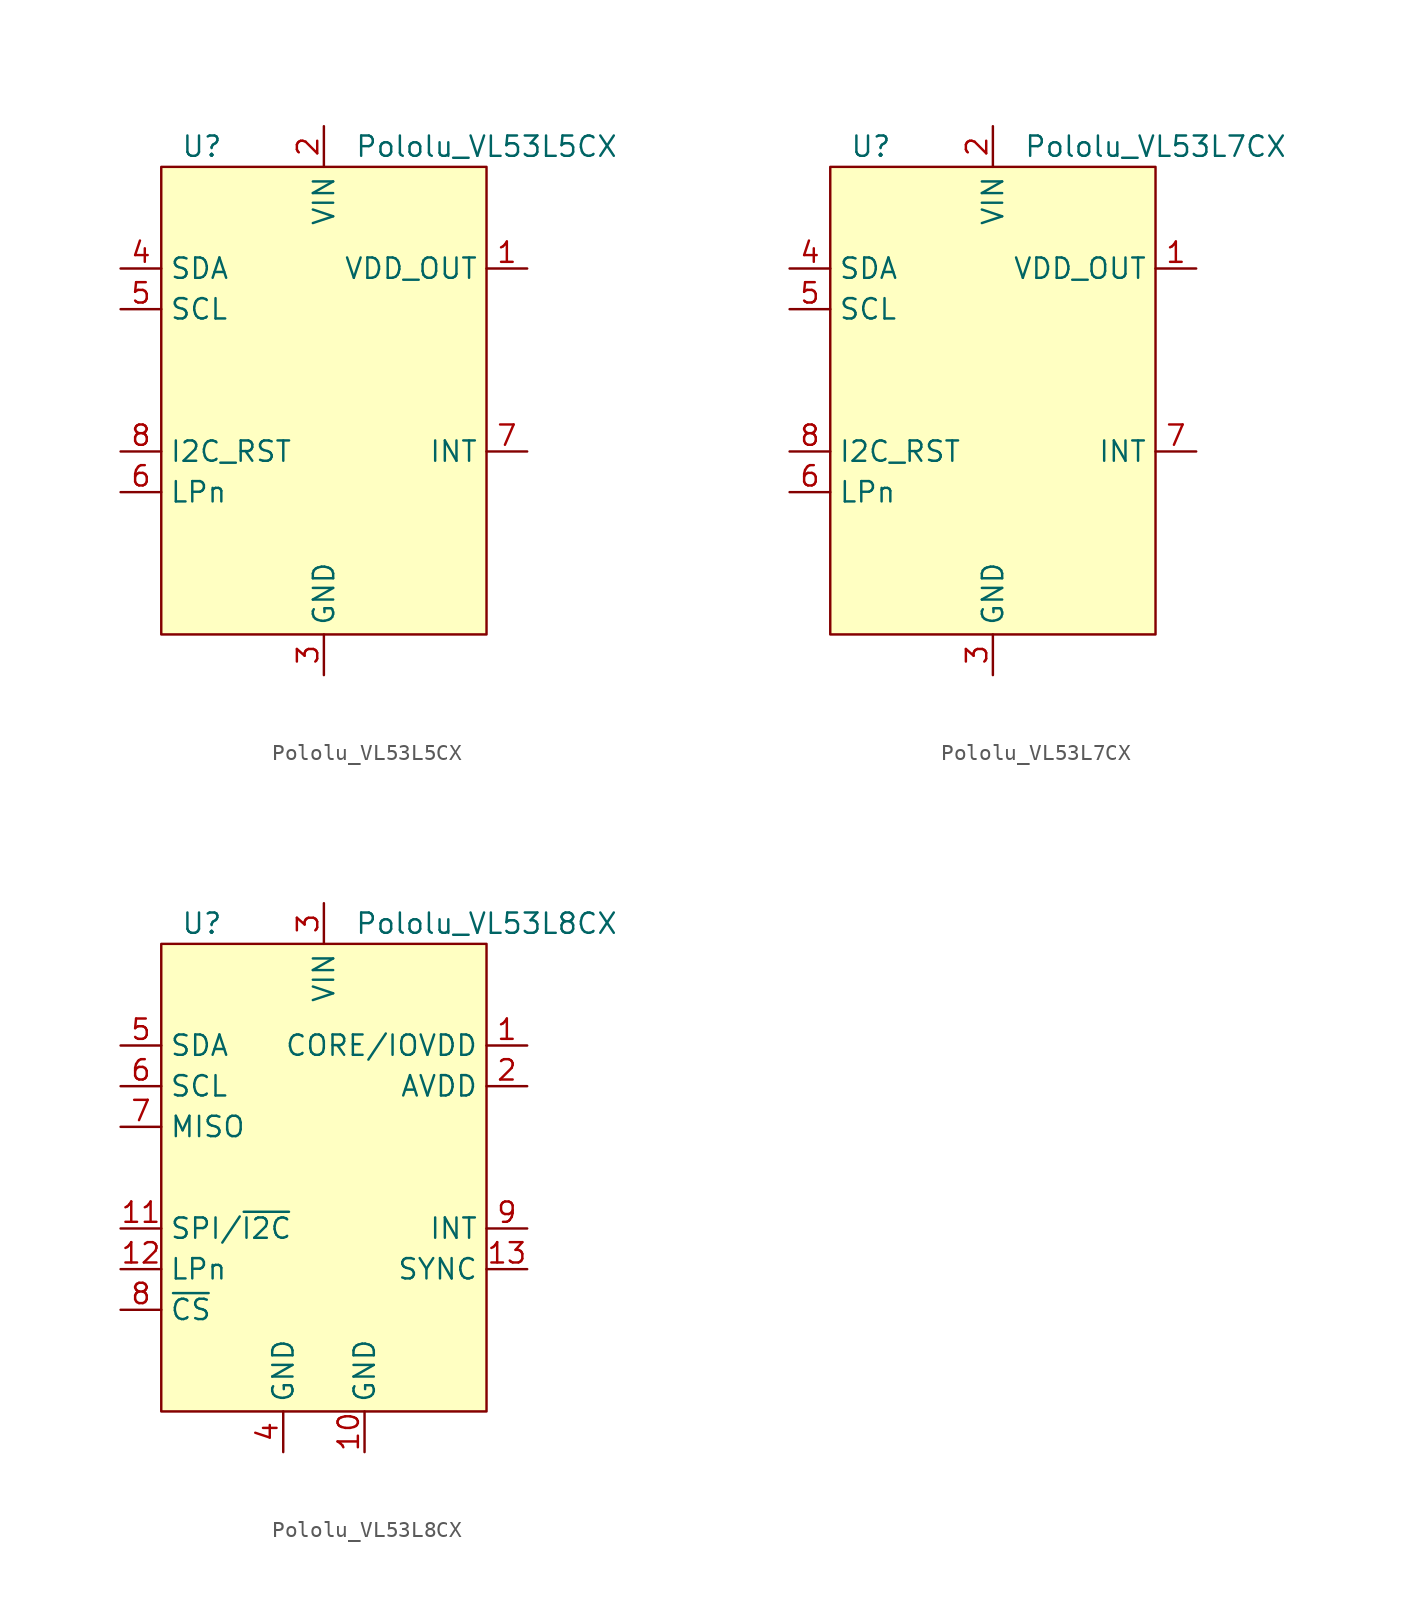
<source format=kicad_sym>
(kicad_symbol_lib
  (version 20231120)
  (generator "kicad_symbol_editor")
  (generator_version "8.0")
  (symbol "Pololu_VL53L5CX"
    (property "Reference" "U"
      (at -7.62 13.97 0)
      (effects (font (size 1.27 1.27))))
    (property "Value" "Pololu_VL53L5CX"
      (at 10.16 13.97 0)
      (effects (font (size 1.27 1.27))))
    (symbol "Pololu_VL53L5CX_1_1"
      (rectangle (start -10.16 12.7) (end 10.16 -16.51) (stroke (width 0) (type default)) (fill (type background)))
      (pin power_out line (at 12.7 6.35 180) (length 2.54) (name "VDD_OUT" (effects (font (size 1.27 1.27)))) (number "1" (effects (font (size 1.27 1.27)))))
      (pin power_in line (at 0 15.24 270) (length 2.54) (name "VIN" (effects (font (size 1.27 1.27)))) (number "2" (effects (font (size 1.27 1.27)))))
      (pin power_in line (at 0 -19.05 90) (length 2.54) (name "GND" (effects (font (size 1.27 1.27)))) (number "3" (effects (font (size 1.27 1.27)))))
      (pin bidirectional line (at -12.7 6.35 0) (length 2.54) (name "SDA" (effects (font (size 1.27 1.27)))) (number "4" (effects (font (size 1.27 1.27)))))
      (pin input line (at -12.7 3.81 0) (length 2.54) (name "SCL" (effects (font (size 1.27 1.27)))) (number "5" (effects (font (size 1.27 1.27)))))
      (pin input line (at -12.7 -7.62 0) (length 2.54) (name "LPn" (effects (font (size 1.27 1.27)))) (number "6" (effects (font (size 1.27 1.27)))))
      (pin output line (at 12.7 -5.08 180) (length 2.54) (name "INT" (effects (font (size 1.27 1.27)))) (number "7" (effects (font (size 1.27 1.27)))))
      (pin input line (at -12.7 -5.08 0) (length 2.54) (name "I2C_RST" (effects (font (size 1.27 1.27)))) (number "8" (effects (font (size 1.27 1.27)))))))
  (symbol "Pololu_VL53L7CX"
    (property "Reference" "U"
      (at -7.62 13.97 0)
      (effects (font (size 1.27 1.27))))
    (property "Value" "Pololu_VL53L7CX"
      (at 10.16 13.97 0)
      (effects (font (size 1.27 1.27))))
    (symbol "Pololu_VL53L7CX_1_1"
      (rectangle (start -10.16 12.7) (end 10.16 -16.51) (stroke (width 0) (type default)) (fill (type background)))
      (pin power_out line (at 12.7 6.35 180) (length 2.54) (name "VDD_OUT" (effects (font (size 1.27 1.27)))) (number "1" (effects (font (size 1.27 1.27)))))
      (pin power_in line (at 0 15.24 270) (length 2.54) (name "VIN" (effects (font (size 1.27 1.27)))) (number "2" (effects (font (size 1.27 1.27)))))
      (pin power_in line (at 0 -19.05 90) (length 2.54) (name "GND" (effects (font (size 1.27 1.27)))) (number "3" (effects (font (size 1.27 1.27)))))
      (pin bidirectional line (at -12.7 6.35 0) (length 2.54) (name "SDA" (effects (font (size 1.27 1.27)))) (number "4" (effects (font (size 1.27 1.27)))))
      (pin input line (at -12.7 3.81 0) (length 2.54) (name "SCL" (effects (font (size 1.27 1.27)))) (number "5" (effects (font (size 1.27 1.27)))))
      (pin input line (at -12.7 -7.62 0) (length 2.54) (name "LPn" (effects (font (size 1.27 1.27)))) (number "6" (effects (font (size 1.27 1.27)))))
      (pin output line (at 12.7 -5.08 180) (length 2.54) (name "INT" (effects (font (size 1.27 1.27)))) (number "7" (effects (font (size 1.27 1.27)))))
      (pin input line (at -12.7 -5.08 0) (length 2.54) (name "I2C_RST" (effects (font (size 1.27 1.27)))) (number "8" (effects (font (size 1.27 1.27)))))))
  (symbol "Pololu_VL53L8CX"
    (property "Reference" "U"
      (at -7.62 13.97 0)
      (effects (font (size 1.27 1.27))))
    (property "Value" "Pololu_VL53L8CX"
      (at 10.16 13.97 0)
      (effects (font (size 1.27 1.27))))
    (symbol "Pololu_VL53L8CX_1_1"
      (rectangle (start -10.16 12.7) (end 10.16 -16.51) (stroke (width 0) (type default)) (fill (type background)))
      (pin power_out line (at 12.7 6.35 180) (length 2.54) (name "CORE/IOVDD" (effects (font (size 1.27 1.27)))) (number "1" (effects (font (size 1.27 1.27)))))
      (pin power_in line (at 2.54 -19.05 90) (length 2.54) (name "GND" (effects (font (size 1.27 1.27)))) (number "10" (effects (font (size 1.27 1.27)))))
      (pin input line (at -12.7 -5.08 0) (length 2.54) (name "SPI/~{I2C}" (effects (font (size 1.27 1.27)))) (number "11" (effects (font (size 1.27 1.27)))))
      (pin input line (at -12.7 -7.62 0) (length 2.54) (name "LPn" (effects (font (size 1.27 1.27)))) (number "12" (effects (font (size 1.27 1.27)))))
      (pin bidirectional line (at 12.7 -7.62 180) (length 2.54) (name "SYNC" (effects (font (size 1.27 1.27)))) (number "13" (effects (font (size 1.27 1.27)))))
      (pin power_out line (at 12.7 3.81 180) (length 2.54) (name "AVDD" (effects (font (size 1.27 1.27)))) (number "2" (effects (font (size 1.27 1.27)))))
      (pin power_in line (at 0 15.24 270) (length 2.54) (name "VIN" (effects (font (size 1.27 1.27)))) (number "3" (effects (font (size 1.27 1.27)))))
      (pin power_in line (at -2.54 -19.05 90) (length 2.54) (name "GND" (effects (font (size 1.27 1.27)))) (number "4" (effects (font (size 1.27 1.27)))))
      (pin bidirectional line (at -12.7 6.35 0) (length 2.54) (name "SDA" (effects (font (size 1.27 1.27)))) (number "5" (effects (font (size 1.27 1.27)))))
      (pin input line (at -12.7 3.81 0) (length 2.54) (name "SCL" (effects (font (size 1.27 1.27)))) (number "6" (effects (font (size 1.27 1.27)))))
      (pin output line (at -12.7 1.27 0) (length 2.54) (name "MISO" (effects (font (size 1.27 1.27)))) (number "7" (effects (font (size 1.27 1.27)))))
      (pin input line (at -12.7 -10.16 0) (length 2.54) (name "~{CS}" (effects (font (size 1.27 1.27)))) (number "8" (effects (font (size 1.27 1.27)))))
      (pin output line (at 12.7 -5.08 180) (length 2.54) (name "INT" (effects (font (size 1.27 1.27)))) (number "9" (effects (font (size 1.27 1.27))))))))
</source>
